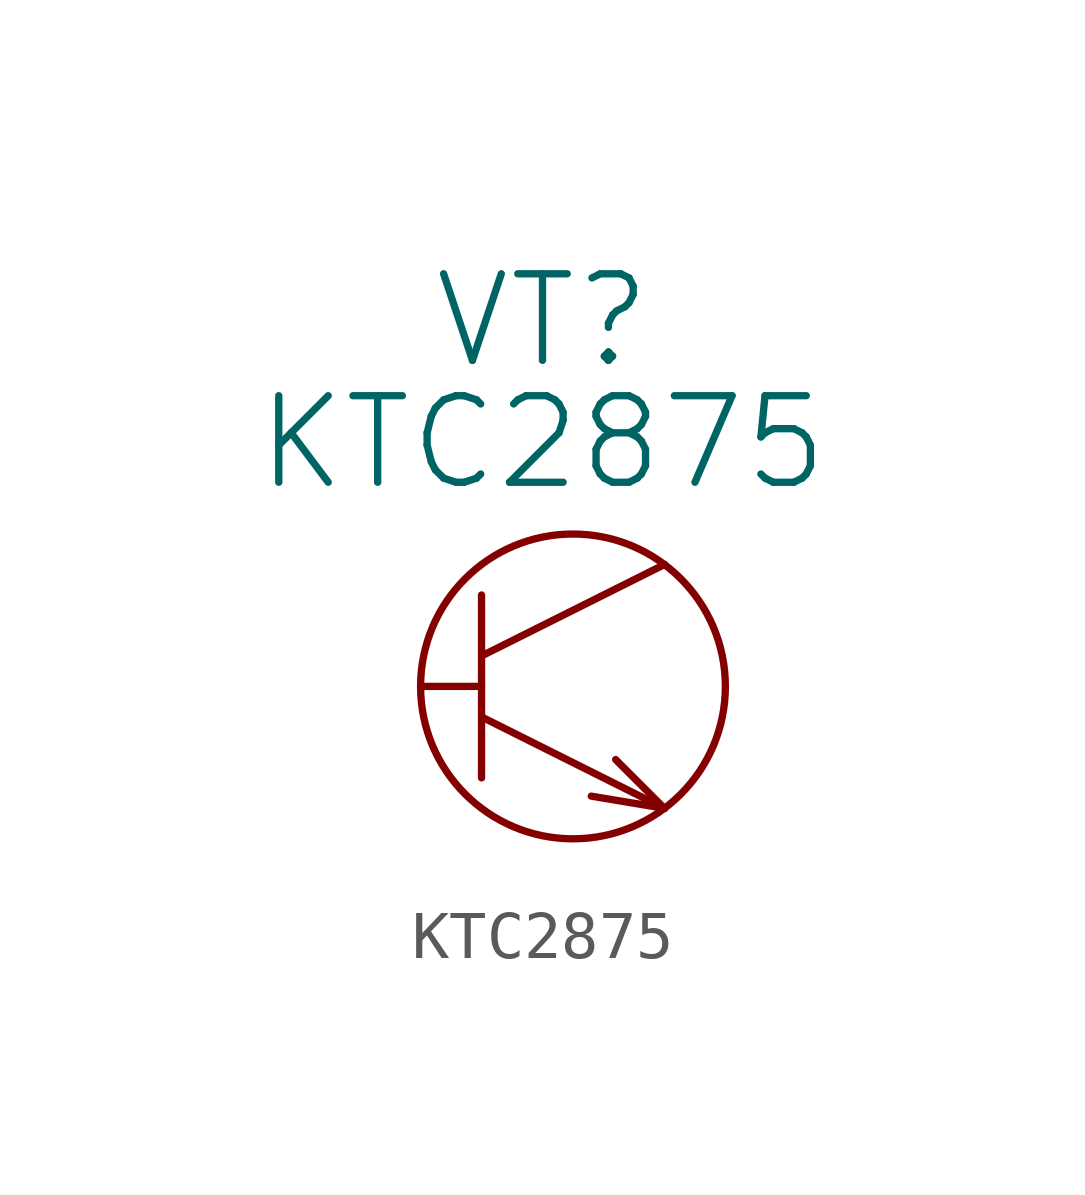
<source format=kicad_sym>
(kicad_symbol_lib
  (version 20211014)
  (generator kicad_symbol_editor)
  (symbol "KTC2875"
    (pin_numbers hide)
    (pin_names
      (offset 0))
    (property "Reference" "VT"
      (at 2.54 7.62 0)
      (effects (font (size 1.803 1.803))))
    (property "Value" "KTC2875"
      (at 2.54 5.08 0)
      (effects (font (size 1.803 1.803))))
    (property "Footprint" ""
      (at 0 0 0)
      (effects (font (size 1.524 1.524))))
    (property "Datasheet" ""
      (at 0 0 0)
      (effects (font (size 1.524 1.524))))
    (symbol "KTC2875_0_1"
      (polyline (pts (xy 1.27 0) (xy 0 0)) (stroke (width 0) (type default) (color 0 0 0 0)) (fill (type none)))
      (polyline (pts (xy 1.27 0.635) (xy 5.08 2.54)) (stroke (width 0) (type default) (color 0 0 0 0)) (fill (type none)))
      (polyline (pts (xy 1.27 1.905) (xy 1.27 -1.905)) (stroke (width 0) (type default) (color 0 0 0 0)) (fill (type none)))
      (polyline (pts (xy 5.08 -2.54) (xy 1.27 -0.635)) (stroke (width 0) (type default) (color 0 0 0 0)) (fill (type none)))
      (polyline (pts (xy 5.08 -2.54) (xy 3.556 -2.286)) (stroke (width 0) (type default) (color 0 0 0 0)) (fill (type none)))
      (polyline (pts (xy 5.08 -2.54) (xy 4.064 -1.524)) (stroke (width 0) (type default) (color 0 0 0 0)) (fill (type none)))
      (circle (center 3.175 0) (radius 3.175) (stroke (width 0) (type default) (color 0 0 0 0)) (fill (type none))))
    (symbol "KTC2875_1_1"
      (pin output line (at 5.08 -2.54 180) (length 0) (name "~" (effects (font (size 1.27 1.27)))) (number "1" (effects (font (size 1.27 1.27)))))
      (pin input line (at 0 0 0) (length 0) (name "~" (effects (font (size 1.27 1.27)))) (number "2" (effects (font (size 1.27 1.27)))))
      (pin input line (at 5.08 2.54 180) (length 0) (name "~" (effects (font (size 1.27 1.27)))) (number "3" (effects (font (size 1.27 1.27))))))))
</source>
